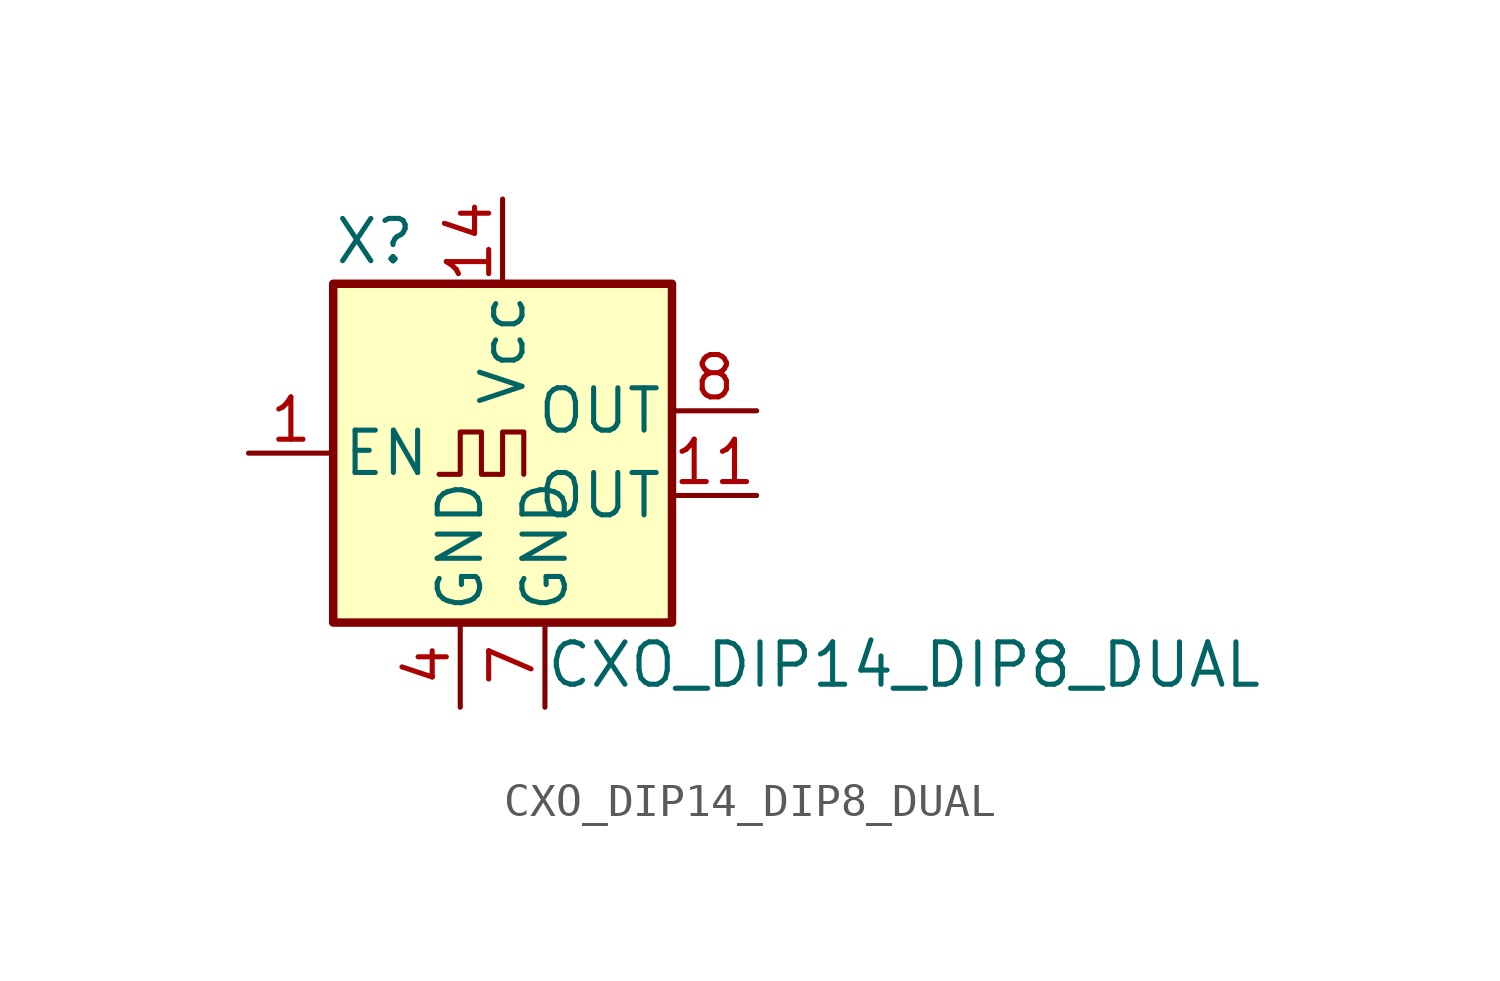
<source format=kicad_sym>
(kicad_symbol_lib
  (version 20211014)
  (generator kicad_symbol_editor)
  (symbol "CXO_DIP14_DIP8_DUAL"
    (pin_names
      (offset 0.254))
    (property "Reference" "X"
      (at -5.08 6.35 0)
      (effects (font (size 1.27 1.27)) (justify left)))
    (property "Value" "CXO_DIP14_DIP8_DUAL"
      (at 1.27 -6.35 0)
      (effects (font (size 1.27 1.27)) (justify left)))
    (symbol "CXO_DIP14_DIP8_DUAL_0_1"
      (rectangle (start -5.08 5.08) (end 5.08 -5.08) (stroke (width 0.254) (type default) (color 0 0 0 0)) (fill (type background)))
      (polyline (pts (xy -1.905 -0.635) (xy -1.27 -0.635) (xy -1.27 0.635) (xy -0.635 0.635) (xy -0.635 -0.635) (xy 0 -0.635) (xy 0 0.635) (xy 0.635 0.635) (xy 0.635 -0.635)) (stroke (width 0) (type default) (color 0 0 0 0)) (fill (type none))))
    (symbol "CXO_DIP14_DIP8_DUAL_1_1"
      (pin input line (at -7.62 0 0) (length 2.54) (name "EN" (effects (font (size 1.27 1.27)))) (number "1" (effects (font (size 1.27 1.27)))))
      (pin passive line (at 7.62 -1.27 180) (length 2.54) (name "OUT" (effects (font (size 1.27 1.27)))) (number "11" (effects (font (size 1.27 1.27)))))
      (pin power_in line (at 0 7.62 270) (length 2.54) (name "Vcc" (effects (font (size 1.27 1.27)))) (number "14" (effects (font (size 1.27 1.27)))))
      (pin power_in line (at -1.27 -7.62 90) (length 2.54) (name "GND" (effects (font (size 1.27 1.27)))) (number "4" (effects (font (size 1.27 1.27)))))
      (pin power_in line (at 1.27 -7.62 90) (length 2.54) (name "GND" (effects (font (size 1.27 1.27)))) (number "7" (effects (font (size 1.27 1.27)))))
      (pin output line (at 7.62 1.27 180) (length 2.54) (name "OUT" (effects (font (size 1.27 1.27)))) (number "8" (effects (font (size 1.27 1.27))))))))
</source>
